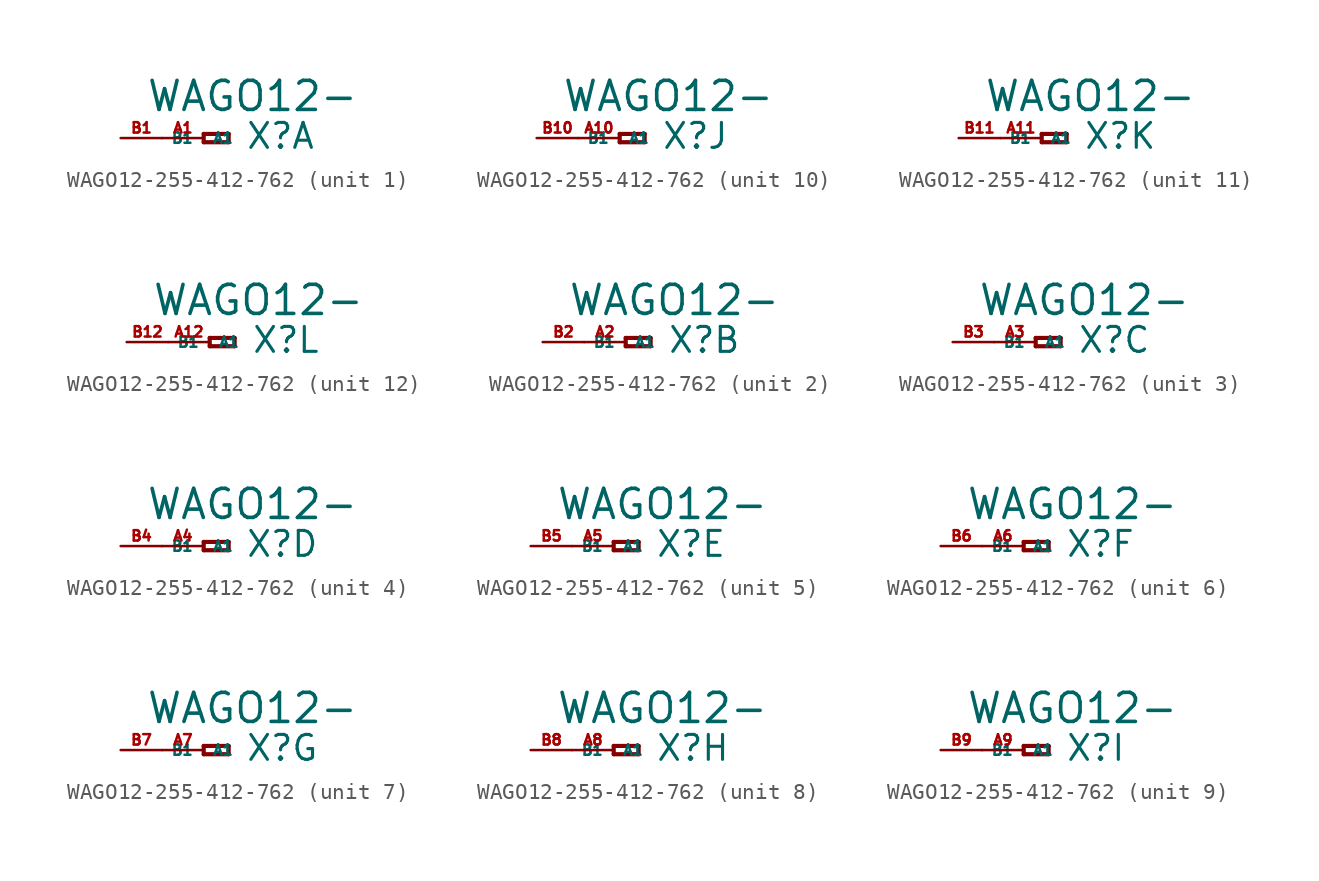
<source format=kicad_sym>
(kicad_symbol_lib
  (version 20220914)
  (generator Eagle2Kicad)
  (symbol "WAGO12-255-412-762"
    (property "Reference" "X"
      (at 2.54 -0.762 0)
      (effects (font (size 1.524 1.524) (thickness 0.19)) (justify left bottom)))
    (property "Value" "WAGO12-"
      (at -3.556 1.524 0)
      (effects (font (size 1.778 1.778) (thickness 0.22)) (justify left bottom)))
    (symbol "WAGO12-255-412-762_1_0"
      (polyline (pts (xy 0 0.254) (xy 0 -0.254)) (stroke (width 0.254) (type default)) (fill (type none)))
      (polyline (pts (xy 0 -0.254) (xy 1.524 -0.254)) (stroke (width 0.254) (type default)) (fill (type none)))
      (polyline (pts (xy 1.524 -0.254) (xy 1.524 0.254)) (stroke (width 0.254) (type default)) (fill (type none)))
      (polyline (pts (xy 1.524 0.254) (xy 0 0.254)) (stroke (width 0.254) (type default)) (fill (type none)))
      (pin passive line (at -2.54 0 0) (length 2.54) (name "A1" (effects (font (size 0.635 0.635) (thickness 0.08)) (justify left bottom))) (number "A1" (effects (font (size 0.635 0.635) (thickness 0.08)) (justify left bottom))))
      (pin passive line (at -5.08 0 0) (length 2.54) (name "B1" (effects (font (size 0.635 0.635) (thickness 0.08)) (justify left bottom))) (number "B1" (effects (font (size 0.635 0.635) (thickness 0.08)) (justify left bottom)))))
    (symbol "WAGO12-255-412-762_2_0"
      (polyline (pts (xy 0 0.254) (xy 0 -0.254)) (stroke (width 0.254) (type default)) (fill (type none)))
      (polyline (pts (xy 0 -0.254) (xy 1.524 -0.254)) (stroke (width 0.254) (type default)) (fill (type none)))
      (polyline (pts (xy 1.524 -0.254) (xy 1.524 0.254)) (stroke (width 0.254) (type default)) (fill (type none)))
      (polyline (pts (xy 1.524 0.254) (xy 0 0.254)) (stroke (width 0.254) (type default)) (fill (type none)))
      (pin passive line (at -2.54 0 0) (length 2.54) (name "A1" (effects (font (size 0.635 0.635) (thickness 0.08)) (justify left bottom))) (number "A2" (effects (font (size 0.635 0.635) (thickness 0.08)) (justify left bottom))))
      (pin passive line (at -5.08 0 0) (length 2.54) (name "B1" (effects (font (size 0.635 0.635) (thickness 0.08)) (justify left bottom))) (number "B2" (effects (font (size 0.635 0.635) (thickness 0.08)) (justify left bottom)))))
    (symbol "WAGO12-255-412-762_3_0"
      (polyline (pts (xy 0 0.254) (xy 0 -0.254)) (stroke (width 0.254) (type default)) (fill (type none)))
      (polyline (pts (xy 0 -0.254) (xy 1.524 -0.254)) (stroke (width 0.254) (type default)) (fill (type none)))
      (polyline (pts (xy 1.524 -0.254) (xy 1.524 0.254)) (stroke (width 0.254) (type default)) (fill (type none)))
      (polyline (pts (xy 1.524 0.254) (xy 0 0.254)) (stroke (width 0.254) (type default)) (fill (type none)))
      (pin passive line (at -2.54 0 0) (length 2.54) (name "A1" (effects (font (size 0.635 0.635) (thickness 0.08)) (justify left bottom))) (number "A3" (effects (font (size 0.635 0.635) (thickness 0.08)) (justify left bottom))))
      (pin passive line (at -5.08 0 0) (length 2.54) (name "B1" (effects (font (size 0.635 0.635) (thickness 0.08)) (justify left bottom))) (number "B3" (effects (font (size 0.635 0.635) (thickness 0.08)) (justify left bottom)))))
    (symbol "WAGO12-255-412-762_4_0"
      (polyline (pts (xy 0 0.254) (xy 0 -0.254)) (stroke (width 0.254) (type default)) (fill (type none)))
      (polyline (pts (xy 0 -0.254) (xy 1.524 -0.254)) (stroke (width 0.254) (type default)) (fill (type none)))
      (polyline (pts (xy 1.524 -0.254) (xy 1.524 0.254)) (stroke (width 0.254) (type default)) (fill (type none)))
      (polyline (pts (xy 1.524 0.254) (xy 0 0.254)) (stroke (width 0.254) (type default)) (fill (type none)))
      (pin passive line (at -2.54 0 0) (length 2.54) (name "A1" (effects (font (size 0.635 0.635) (thickness 0.08)) (justify left bottom))) (number "A4" (effects (font (size 0.635 0.635) (thickness 0.08)) (justify left bottom))))
      (pin passive line (at -5.08 0 0) (length 2.54) (name "B1" (effects (font (size 0.635 0.635) (thickness 0.08)) (justify left bottom))) (number "B4" (effects (font (size 0.635 0.635) (thickness 0.08)) (justify left bottom)))))
    (symbol "WAGO12-255-412-762_5_0"
      (polyline (pts (xy 0 0.254) (xy 0 -0.254)) (stroke (width 0.254) (type default)) (fill (type none)))
      (polyline (pts (xy 0 -0.254) (xy 1.524 -0.254)) (stroke (width 0.254) (type default)) (fill (type none)))
      (polyline (pts (xy 1.524 -0.254) (xy 1.524 0.254)) (stroke (width 0.254) (type default)) (fill (type none)))
      (polyline (pts (xy 1.524 0.254) (xy 0 0.254)) (stroke (width 0.254) (type default)) (fill (type none)))
      (pin passive line (at -2.54 0 0) (length 2.54) (name "A1" (effects (font (size 0.635 0.635) (thickness 0.08)) (justify left bottom))) (number "A5" (effects (font (size 0.635 0.635) (thickness 0.08)) (justify left bottom))))
      (pin passive line (at -5.08 0 0) (length 2.54) (name "B1" (effects (font (size 0.635 0.635) (thickness 0.08)) (justify left bottom))) (number "B5" (effects (font (size 0.635 0.635) (thickness 0.08)) (justify left bottom)))))
    (symbol "WAGO12-255-412-762_6_0"
      (polyline (pts (xy 0 0.254) (xy 0 -0.254)) (stroke (width 0.254) (type default)) (fill (type none)))
      (polyline (pts (xy 0 -0.254) (xy 1.524 -0.254)) (stroke (width 0.254) (type default)) (fill (type none)))
      (polyline (pts (xy 1.524 -0.254) (xy 1.524 0.254)) (stroke (width 0.254) (type default)) (fill (type none)))
      (polyline (pts (xy 1.524 0.254) (xy 0 0.254)) (stroke (width 0.254) (type default)) (fill (type none)))
      (pin passive line (at -2.54 0 0) (length 2.54) (name "A1" (effects (font (size 0.635 0.635) (thickness 0.08)) (justify left bottom))) (number "A6" (effects (font (size 0.635 0.635) (thickness 0.08)) (justify left bottom))))
      (pin passive line (at -5.08 0 0) (length 2.54) (name "B1" (effects (font (size 0.635 0.635) (thickness 0.08)) (justify left bottom))) (number "B6" (effects (font (size 0.635 0.635) (thickness 0.08)) (justify left bottom)))))
    (symbol "WAGO12-255-412-762_7_0"
      (polyline (pts (xy 0 0.254) (xy 0 -0.254)) (stroke (width 0.254) (type default)) (fill (type none)))
      (polyline (pts (xy 0 -0.254) (xy 1.524 -0.254)) (stroke (width 0.254) (type default)) (fill (type none)))
      (polyline (pts (xy 1.524 -0.254) (xy 1.524 0.254)) (stroke (width 0.254) (type default)) (fill (type none)))
      (polyline (pts (xy 1.524 0.254) (xy 0 0.254)) (stroke (width 0.254) (type default)) (fill (type none)))
      (pin passive line (at -2.54 0 0) (length 2.54) (name "A1" (effects (font (size 0.635 0.635) (thickness 0.08)) (justify left bottom))) (number "A7" (effects (font (size 0.635 0.635) (thickness 0.08)) (justify left bottom))))
      (pin passive line (at -5.08 0 0) (length 2.54) (name "B1" (effects (font (size 0.635 0.635) (thickness 0.08)) (justify left bottom))) (number "B7" (effects (font (size 0.635 0.635) (thickness 0.08)) (justify left bottom)))))
    (symbol "WAGO12-255-412-762_8_0"
      (polyline (pts (xy 0 0.254) (xy 0 -0.254)) (stroke (width 0.254) (type default)) (fill (type none)))
      (polyline (pts (xy 0 -0.254) (xy 1.524 -0.254)) (stroke (width 0.254) (type default)) (fill (type none)))
      (polyline (pts (xy 1.524 -0.254) (xy 1.524 0.254)) (stroke (width 0.254) (type default)) (fill (type none)))
      (polyline (pts (xy 1.524 0.254) (xy 0 0.254)) (stroke (width 0.254) (type default)) (fill (type none)))
      (pin passive line (at -2.54 0 0) (length 2.54) (name "A1" (effects (font (size 0.635 0.635) (thickness 0.08)) (justify left bottom))) (number "A8" (effects (font (size 0.635 0.635) (thickness 0.08)) (justify left bottom))))
      (pin passive line (at -5.08 0 0) (length 2.54) (name "B1" (effects (font (size 0.635 0.635) (thickness 0.08)) (justify left bottom))) (number "B8" (effects (font (size 0.635 0.635) (thickness 0.08)) (justify left bottom)))))
    (symbol "WAGO12-255-412-762_9_0"
      (polyline (pts (xy 0 0.254) (xy 0 -0.254)) (stroke (width 0.254) (type default)) (fill (type none)))
      (polyline (pts (xy 0 -0.254) (xy 1.524 -0.254)) (stroke (width 0.254) (type default)) (fill (type none)))
      (polyline (pts (xy 1.524 -0.254) (xy 1.524 0.254)) (stroke (width 0.254) (type default)) (fill (type none)))
      (polyline (pts (xy 1.524 0.254) (xy 0 0.254)) (stroke (width 0.254) (type default)) (fill (type none)))
      (pin passive line (at -2.54 0 0) (length 2.54) (name "A1" (effects (font (size 0.635 0.635) (thickness 0.08)) (justify left bottom))) (number "A9" (effects (font (size 0.635 0.635) (thickness 0.08)) (justify left bottom))))
      (pin passive line (at -5.08 0 0) (length 2.54) (name "B1" (effects (font (size 0.635 0.635) (thickness 0.08)) (justify left bottom))) (number "B9" (effects (font (size 0.635 0.635) (thickness 0.08)) (justify left bottom)))))
    (symbol "WAGO12-255-412-762_10_0"
      (polyline (pts (xy 0 0.254) (xy 0 -0.254)) (stroke (width 0.254) (type default)) (fill (type none)))
      (polyline (pts (xy 0 -0.254) (xy 1.524 -0.254)) (stroke (width 0.254) (type default)) (fill (type none)))
      (polyline (pts (xy 1.524 -0.254) (xy 1.524 0.254)) (stroke (width 0.254) (type default)) (fill (type none)))
      (polyline (pts (xy 1.524 0.254) (xy 0 0.254)) (stroke (width 0.254) (type default)) (fill (type none)))
      (pin passive line (at -2.54 0 0) (length 2.54) (name "A1" (effects (font (size 0.635 0.635) (thickness 0.08)) (justify left bottom))) (number "A10" (effects (font (size 0.635 0.635) (thickness 0.08)) (justify left bottom))))
      (pin passive line (at -5.08 0 0) (length 2.54) (name "B1" (effects (font (size 0.635 0.635) (thickness 0.08)) (justify left bottom))) (number "B10" (effects (font (size 0.635 0.635) (thickness 0.08)) (justify left bottom)))))
    (symbol "WAGO12-255-412-762_11_0"
      (polyline (pts (xy 0 0.254) (xy 0 -0.254)) (stroke (width 0.254) (type default)) (fill (type none)))
      (polyline (pts (xy 0 -0.254) (xy 1.524 -0.254)) (stroke (width 0.254) (type default)) (fill (type none)))
      (polyline (pts (xy 1.524 -0.254) (xy 1.524 0.254)) (stroke (width 0.254) (type default)) (fill (type none)))
      (polyline (pts (xy 1.524 0.254) (xy 0 0.254)) (stroke (width 0.254) (type default)) (fill (type none)))
      (pin passive line (at -2.54 0 0) (length 2.54) (name "A1" (effects (font (size 0.635 0.635) (thickness 0.08)) (justify left bottom))) (number "A11" (effects (font (size 0.635 0.635) (thickness 0.08)) (justify left bottom))))
      (pin passive line (at -5.08 0 0) (length 2.54) (name "B1" (effects (font (size 0.635 0.635) (thickness 0.08)) (justify left bottom))) (number "B11" (effects (font (size 0.635 0.635) (thickness 0.08)) (justify left bottom)))))
    (symbol "WAGO12-255-412-762_12_0"
      (polyline (pts (xy 0 0.254) (xy 0 -0.254)) (stroke (width 0.254) (type default)) (fill (type none)))
      (polyline (pts (xy 0 -0.254) (xy 1.524 -0.254)) (stroke (width 0.254) (type default)) (fill (type none)))
      (polyline (pts (xy 1.524 -0.254) (xy 1.524 0.254)) (stroke (width 0.254) (type default)) (fill (type none)))
      (polyline (pts (xy 1.524 0.254) (xy 0 0.254)) (stroke (width 0.254) (type default)) (fill (type none)))
      (pin passive line (at -2.54 0 0) (length 2.54) (name "A1" (effects (font (size 0.635 0.635) (thickness 0.08)) (justify left bottom))) (number "A12" (effects (font (size 0.635 0.635) (thickness 0.08)) (justify left bottom))))
      (pin passive line (at -5.08 0 0) (length 2.54) (name "B1" (effects (font (size 0.635 0.635) (thickness 0.08)) (justify left bottom))) (number "B12" (effects (font (size 0.635 0.635) (thickness 0.08)) (justify left bottom)))))))
</source>
